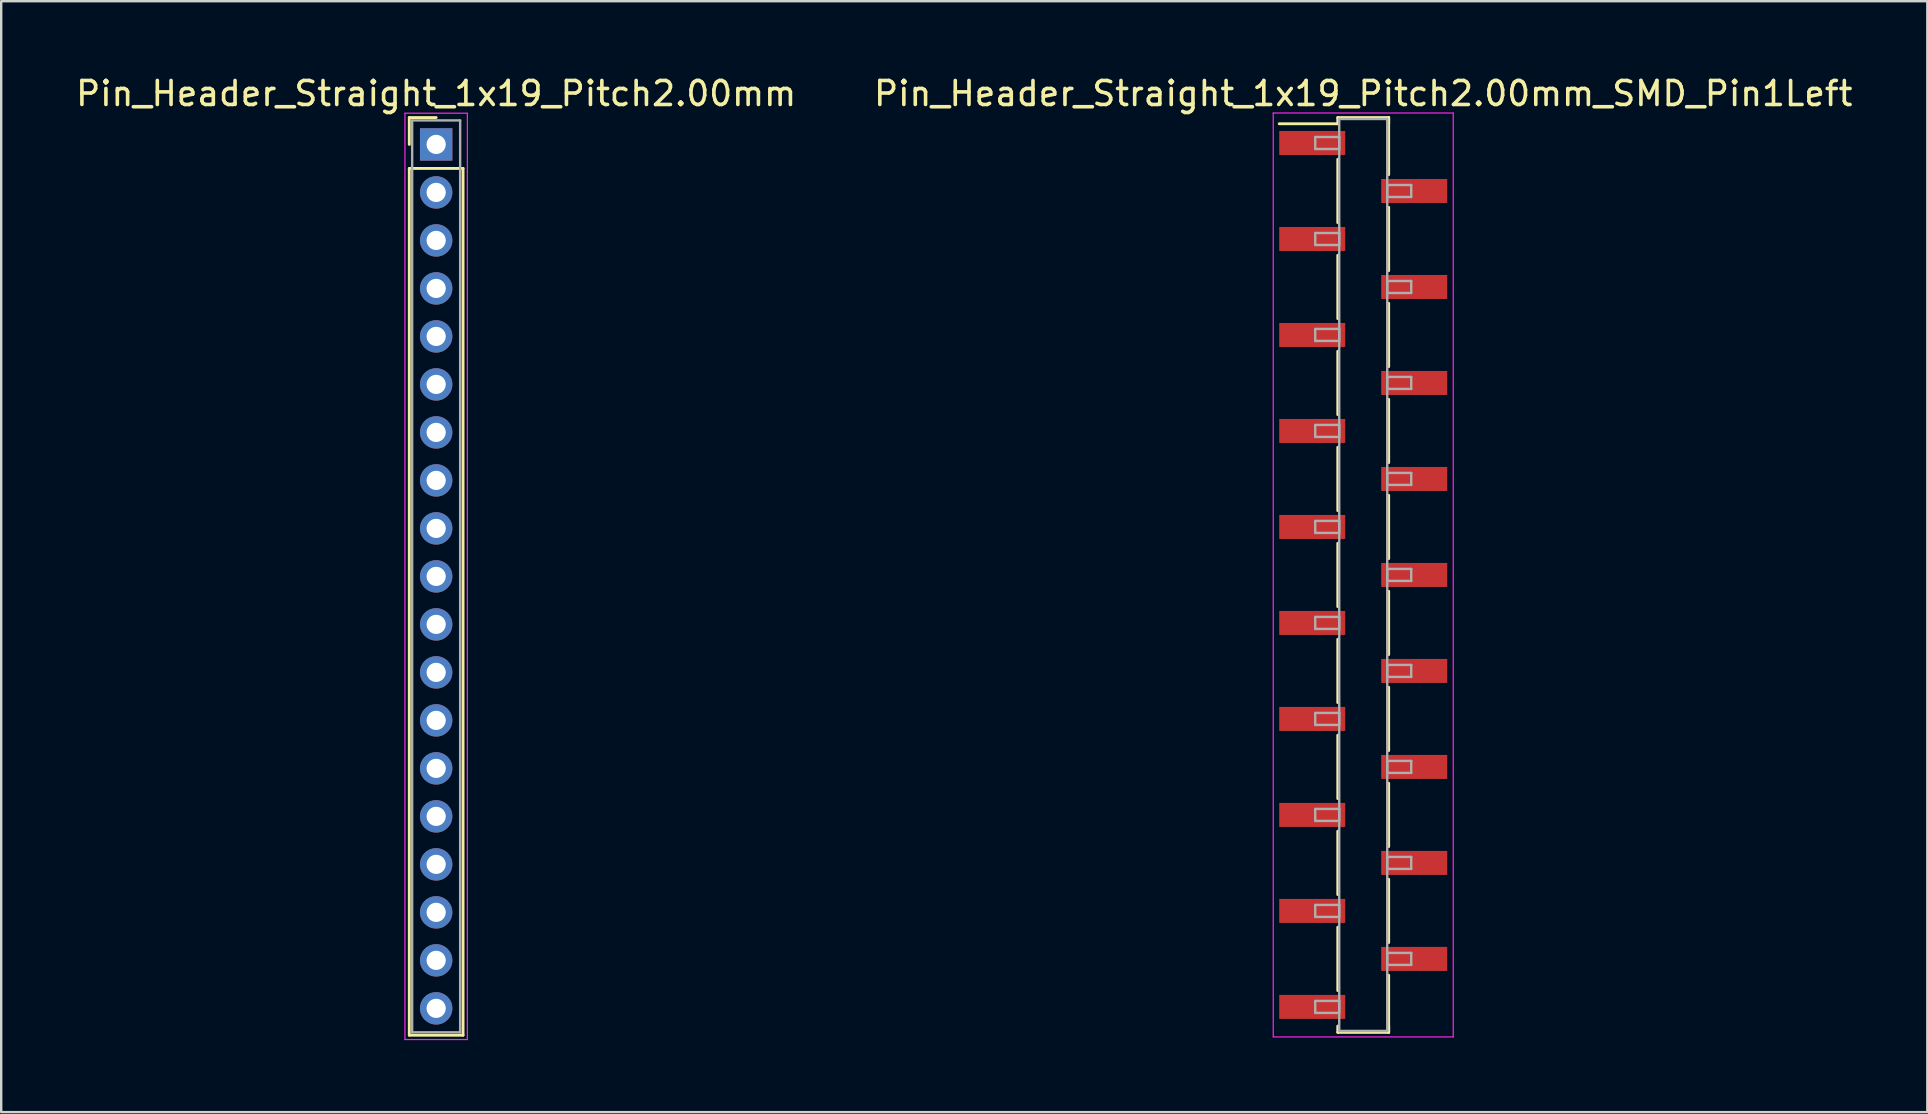
<source format=kicad_pcb>
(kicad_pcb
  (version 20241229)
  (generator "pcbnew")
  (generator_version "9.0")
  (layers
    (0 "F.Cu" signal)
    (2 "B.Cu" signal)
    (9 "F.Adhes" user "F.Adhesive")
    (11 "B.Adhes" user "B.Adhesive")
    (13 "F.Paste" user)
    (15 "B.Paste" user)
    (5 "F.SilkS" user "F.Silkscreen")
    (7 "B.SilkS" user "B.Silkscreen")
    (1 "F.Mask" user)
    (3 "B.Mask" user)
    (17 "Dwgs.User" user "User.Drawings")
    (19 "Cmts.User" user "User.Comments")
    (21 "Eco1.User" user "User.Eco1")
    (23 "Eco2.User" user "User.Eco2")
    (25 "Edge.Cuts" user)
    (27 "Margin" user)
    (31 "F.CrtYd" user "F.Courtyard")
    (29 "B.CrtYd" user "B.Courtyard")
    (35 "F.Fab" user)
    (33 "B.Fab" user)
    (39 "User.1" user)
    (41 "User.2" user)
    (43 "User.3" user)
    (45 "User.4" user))
  (footprint "Pin_Header_Straight_1x19_Pitch2.00mm_SMD_Pin1Left"
    (layer "F.Cu")
    (at 53.756 20.908)
    (property "Reference" "Pin_Header_Straight_1x19_Pitch2.00mm_SMD_Pin1Left" (at 0 -20.06 0) (layer "F.SilkS") (effects (font (size 1 1) (thickness 0.15))))
    (attr smd)
    (fp_line (start -1.06 -19.06) (end 1.06 -19.06) (stroke (width 0.12) (type solid)) (layer "F.SilkS"))
    (fp_line (start -1.06 -18.8) (end -3.5 -18.8) (stroke (width 0.12) (type solid)) (layer "F.SilkS"))
    (fp_line (start -1.06 -18.8) (end -1.06 -19.06) (stroke (width 0.12) (type solid)) (layer "F.SilkS"))
    (fp_line (start -1.06 -17.32) (end -1.06 -14.68) (stroke (width 0.12) (type solid)) (layer "F.SilkS"))
    (fp_line (start -1.06 -13.32) (end -1.06 -10.68) (stroke (width 0.12) (type solid)) (layer "F.SilkS"))
    (fp_line (start -1.06 -9.32) (end -1.06 -6.68) (stroke (width 0.12) (type solid)) (layer "F.SilkS"))
    (fp_line (start -1.06 -5.32) (end -1.06 -2.68) (stroke (width 0.12) (type solid)) (layer "F.SilkS"))
    (fp_line (start -1.06 -1.32) (end -1.06 1.32) (stroke (width 0.12) (type solid)) (layer "F.SilkS"))
    (fp_line (start -1.06 2.68) (end -1.06 5.32) (stroke (width 0.12) (type solid)) (layer "F.SilkS"))
    (fp_line (start -1.06 6.68) (end -1.06 9.32) (stroke (width 0.12) (type solid)) (layer "F.SilkS"))
    (fp_line (start -1.06 10.68) (end -1.06 13.32) (stroke (width 0.12) (type solid)) (layer "F.SilkS"))
    (fp_line (start -1.06 14.68) (end -1.06 17.32) (stroke (width 0.12) (type solid)) (layer "F.SilkS"))
    (fp_line (start -1.06 18.8) (end -1.06 19.06) (stroke (width 0.12) (type solid)) (layer "F.SilkS"))
    (fp_line (start -1.06 19.06) (end 1.06 19.06) (stroke (width 0.12) (type solid)) (layer "F.SilkS"))
    (fp_line (start 1.06 -19.06) (end 1.06 -18.8) (stroke (width 0.12) (type solid)) (layer "F.SilkS"))
    (fp_line (start 1.06 -19.06) (end 1.06 -16.68) (stroke (width 0.12) (type solid)) (layer "F.SilkS"))
    (fp_line (start 1.06 -15.32) (end 1.06 -12.68) (stroke (width 0.12) (type solid)) (layer "F.SilkS"))
    (fp_line (start 1.06 -11.32) (end 1.06 -8.68) (stroke (width 0.12) (type solid)) (layer "F.SilkS"))
    (fp_line (start 1.06 -7.32) (end 1.06 -4.68) (stroke (width 0.12) (type solid)) (layer "F.SilkS"))
    (fp_line (start 1.06 -3.32) (end 1.06 -0.68) (stroke (width 0.12) (type solid)) (layer "F.SilkS"))
    (fp_line (start 1.06 0.68) (end 1.06 3.32) (stroke (width 0.12) (type solid)) (layer "F.SilkS"))
    (fp_line (start 1.06 4.68) (end 1.06 7.32) (stroke (width 0.12) (type solid)) (layer "F.SilkS"))
    (fp_line (start 1.06 8.68) (end 1.06 11.32) (stroke (width 0.12) (type solid)) (layer "F.SilkS"))
    (fp_line (start 1.06 12.68) (end 1.06 15.32) (stroke (width 0.12) (type solid)) (layer "F.SilkS"))
    (fp_line (start 1.06 16.68) (end 1.06 19.06) (stroke (width 0.12) (type solid)) (layer "F.SilkS"))
    (fp_line (start 1.06 19.06) (end 1.06 18.8) (stroke (width 0.12) (type solid)) (layer "F.SilkS"))
    (fp_line (start -3.75 -19.25) (end -3.75 19.25) (stroke (width 0.05) (type solid)) (layer "F.CrtYd"))
    (fp_line (start -3.75 19.25) (end 3.75 19.25) (stroke (width 0.05) (type solid)) (layer "F.CrtYd"))
    (fp_line (start 3.75 -19.25) (end -3.75 -19.25) (stroke (width 0.05) (type solid)) (layer "F.CrtYd"))
    (fp_line (start 3.75 19.25) (end 3.75 -19.25) (stroke (width 0.05) (type solid)) (layer "F.CrtYd"))
    (fp_line (start -2 -18.25) (end -1 -18.25) (stroke (width 0.1) (type solid)) (layer "F.Fab"))
    (fp_line (start -2 -17.75) (end -2 -18.25) (stroke (width 0.1) (type solid)) (layer "F.Fab"))
    (fp_line (start -2 -14.25) (end -1 -14.25) (stroke (width 0.1) (type solid)) (layer "F.Fab"))
    (fp_line (start -2 -13.75) (end -2 -14.25) (stroke (width 0.1) (type solid)) (layer "F.Fab"))
    (fp_line (start -2 -10.25) (end -1 -10.25) (stroke (width 0.1) (type solid)) (layer "F.Fab"))
    (fp_line (start -2 -9.75) (end -2 -10.25) (stroke (width 0.1) (type solid)) (layer "F.Fab"))
    (fp_line (start -2 -6.25) (end -1 -6.25) (stroke (width 0.1) (type solid)) (layer "F.Fab"))
    (fp_line (start -2 -5.75) (end -2 -6.25) (stroke (width 0.1) (type solid)) (layer "F.Fab"))
    (fp_line (start -2 -2.25) (end -1 -2.25) (stroke (width 0.1) (type solid)) (layer "F.Fab"))
    (fp_line (start -2 -1.75) (end -2 -2.25) (stroke (width 0.1) (type solid)) (layer "F.Fab"))
    (fp_line (start -2 1.75) (end -1 1.75) (stroke (width 0.1) (type solid)) (layer "F.Fab"))
    (fp_line (start -2 2.25) (end -2 1.75) (stroke (width 0.1) (type solid)) (layer "F.Fab"))
    (fp_line (start -2 5.75) (end -1 5.75) (stroke (width 0.1) (type solid)) (layer "F.Fab"))
    (fp_line (start -2 6.25) (end -2 5.75) (stroke (width 0.1) (type solid)) (layer "F.Fab"))
    (fp_line (start -2 9.75) (end -1 9.75) (stroke (width 0.1) (type solid)) (layer "F.Fab"))
    (fp_line (start -2 10.25) (end -2 9.75) (stroke (width 0.1) (type solid)) (layer "F.Fab"))
    (fp_line (start -2 13.75) (end -1 13.75) (stroke (width 0.1) (type solid)) (layer "F.Fab"))
    (fp_line (start -2 14.25) (end -2 13.75) (stroke (width 0.1) (type solid)) (layer "F.Fab"))
    (fp_line (start -2 17.75) (end -1 17.75) (stroke (width 0.1) (type solid)) (layer "F.Fab"))
    (fp_line (start -2 18.25) (end -2 17.75) (stroke (width 0.1) (type solid)) (layer "F.Fab"))
    (fp_line (start -1 -19) (end -1 19) (stroke (width 0.1) (type solid)) (layer "F.Fab"))
    (fp_line (start -1 -18.25) (end -1 -17.75) (stroke (width 0.1) (type solid)) (layer "F.Fab"))
    (fp_line (start -1 -17.75) (end -2 -17.75) (stroke (width 0.1) (type solid)) (layer "F.Fab"))
    (fp_line (start -1 -14.25) (end -1 -13.75) (stroke (width 0.1) (type solid)) (layer "F.Fab"))
    (fp_line (start -1 -13.75) (end -2 -13.75) (stroke (width 0.1) (type solid)) (layer "F.Fab"))
    (fp_line (start -1 -10.25) (end -1 -9.75) (stroke (width 0.1) (type solid)) (layer "F.Fab"))
    (fp_line (start -1 -9.75) (end -2 -9.75) (stroke (width 0.1) (type solid)) (layer "F.Fab"))
    (fp_line (start -1 -6.25) (end -1 -5.75) (stroke (width 0.1) (type solid)) (layer "F.Fab"))
    (fp_line (start -1 -5.75) (end -2 -5.75) (stroke (width 0.1) (type solid)) (layer "F.Fab"))
    (fp_line (start -1 -2.25) (end -1 -1.75) (stroke (width 0.1) (type solid)) (layer "F.Fab"))
    (fp_line (start -1 -1.75) (end -2 -1.75) (stroke (width 0.1) (type solid)) (layer "F.Fab"))
    (fp_line (start -1 1.75) (end -1 2.25) (stroke (width 0.1) (type solid)) (layer "F.Fab"))
    (fp_line (start -1 2.25) (end -2 2.25) (stroke (width 0.1) (type solid)) (layer "F.Fab"))
    (fp_line (start -1 5.75) (end -1 6.25) (stroke (width 0.1) (type solid)) (layer "F.Fab"))
    (fp_line (start -1 6.25) (end -2 6.25) (stroke (width 0.1) (type solid)) (layer "F.Fab"))
    (fp_line (start -1 9.75) (end -1 10.25) (stroke (width 0.1) (type solid)) (layer "F.Fab"))
    (fp_line (start -1 10.25) (end -2 10.25) (stroke (width 0.1) (type solid)) (layer "F.Fab"))
    (fp_line (start -1 13.75) (end -1 14.25) (stroke (width 0.1) (type solid)) (layer "F.Fab"))
    (fp_line (start -1 14.25) (end -2 14.25) (stroke (width 0.1) (type solid)) (layer "F.Fab"))
    (fp_line (start -1 17.75) (end -1 18.25) (stroke (width 0.1) (type solid)) (layer "F.Fab"))
    (fp_line (start -1 18.25) (end -2 18.25) (stroke (width 0.1) (type solid)) (layer "F.Fab"))
    (fp_line (start -1 19) (end 1 19) (stroke (width 0.1) (type solid)) (layer "F.Fab"))
    (fp_line (start 1 -19) (end -1 -19) (stroke (width 0.1) (type solid)) (layer "F.Fab"))
    (fp_line (start 1 -16.25) (end 1 -15.75) (stroke (width 0.1) (type solid)) (layer "F.Fab"))
    (fp_line (start 1 -15.75) (end 2 -15.75) (stroke (width 0.1) (type solid)) (layer "F.Fab"))
    (fp_line (start 1 -12.25) (end 1 -11.75) (stroke (width 0.1) (type solid)) (layer "F.Fab"))
    (fp_line (start 1 -11.75) (end 2 -11.75) (stroke (width 0.1) (type solid)) (layer "F.Fab"))
    (fp_line (start 1 -8.25) (end 1 -7.75) (stroke (width 0.1) (type solid)) (layer "F.Fab"))
    (fp_line (start 1 -7.75) (end 2 -7.75) (stroke (width 0.1) (type solid)) (layer "F.Fab"))
    (fp_line (start 1 -4.25) (end 1 -3.75) (stroke (width 0.1) (type solid)) (layer "F.Fab"))
    (fp_line (start 1 -3.75) (end 2 -3.75) (stroke (width 0.1) (type solid)) (layer "F.Fab"))
    (fp_line (start 1 -0.25) (end 1 0.25) (stroke (width 0.1) (type solid)) (layer "F.Fab"))
    (fp_line (start 1 0.25) (end 2 0.25) (stroke (width 0.1) (type solid)) (layer "F.Fab"))
    (fp_line (start 1 3.75) (end 1 4.25) (stroke (width 0.1) (type solid)) (layer "F.Fab"))
    (fp_line (start 1 4.25) (end 2 4.25) (stroke (width 0.1) (type solid)) (layer "F.Fab"))
    (fp_line (start 1 7.75) (end 1 8.25) (stroke (width 0.1) (type solid)) (layer "F.Fab"))
    (fp_line (start 1 8.25) (end 2 8.25) (stroke (width 0.1) (type solid)) (layer "F.Fab"))
    (fp_line (start 1 11.75) (end 1 12.25) (stroke (width 0.1) (type solid)) (layer "F.Fab"))
    (fp_line (start 1 12.25) (end 2 12.25) (stroke (width 0.1) (type solid)) (layer "F.Fab"))
    (fp_line (start 1 15.75) (end 1 16.25) (stroke (width 0.1) (type solid)) (layer "F.Fab"))
    (fp_line (start 1 16.25) (end 2 16.25) (stroke (width 0.1) (type solid)) (layer "F.Fab"))
    (fp_line (start 1 19) (end 1 -19) (stroke (width 0.1) (type solid)) (layer "F.Fab"))
    (fp_line (start 2 -16.25) (end 1 -16.25) (stroke (width 0.1) (type solid)) (layer "F.Fab"))
    (fp_line (start 2 -15.75) (end 2 -16.25) (stroke (width 0.1) (type solid)) (layer "F.Fab"))
    (fp_line (start 2 -12.25) (end 1 -12.25) (stroke (width 0.1) (type solid)) (layer "F.Fab"))
    (fp_line (start 2 -11.75) (end 2 -12.25) (stroke (width 0.1) (type solid)) (layer "F.Fab"))
    (fp_line (start 2 -8.25) (end 1 -8.25) (stroke (width 0.1) (type solid)) (layer "F.Fab"))
    (fp_line (start 2 -7.75) (end 2 -8.25) (stroke (width 0.1) (type solid)) (layer "F.Fab"))
    (fp_line (start 2 -4.25) (end 1 -4.25) (stroke (width 0.1) (type solid)) (layer "F.Fab"))
    (fp_line (start 2 -3.75) (end 2 -4.25) (stroke (width 0.1) (type solid)) (layer "F.Fab"))
    (fp_line (start 2 -0.25) (end 1 -0.25) (stroke (width 0.1) (type solid)) (layer "F.Fab"))
    (fp_line (start 2 0.25) (end 2 -0.25) (stroke (width 0.1) (type solid)) (layer "F.Fab"))
    (fp_line (start 2 3.75) (end 1 3.75) (stroke (width 0.1) (type solid)) (layer "F.Fab"))
    (fp_line (start 2 4.25) (end 2 3.75) (stroke (width 0.1) (type solid)) (layer "F.Fab"))
    (fp_line (start 2 7.75) (end 1 7.75) (stroke (width 0.1) (type solid)) (layer "F.Fab"))
    (fp_line (start 2 8.25) (end 2 7.75) (stroke (width 0.1) (type solid)) (layer "F.Fab"))
    (fp_line (start 2 11.75) (end 1 11.75) (stroke (width 0.1) (type solid)) (layer "F.Fab"))
    (fp_line (start 2 12.25) (end 2 11.75) (stroke (width 0.1) (type solid)) (layer "F.Fab"))
    (fp_line (start 2 15.75) (end 1 15.75) (stroke (width 0.1) (type solid)) (layer "F.Fab"))
    (fp_line (start 2 16.25) (end 2 15.75) (stroke (width 0.1) (type solid)) (layer "F.Fab"))
    (pad "1" smd rect (at -2.125 -18) (size 2.75 1) (layers "F.Cu" "F.Mask"))
    (pad "2" smd rect (at 2.125 -16) (size 2.75 1) (layers "F.Cu" "F.Mask"))
    (pad "3" smd rect (at -2.125 -14) (size 2.75 1) (layers "F.Cu" "F.Mask"))
    (pad "4" smd rect (at 2.125 -12) (size 2.75 1) (layers "F.Cu" "F.Mask"))
    (pad "5" smd rect (at -2.125 -10) (size 2.75 1) (layers "F.Cu" "F.Mask"))
    (pad "6" smd rect (at 2.125 -8) (size 2.75 1) (layers "F.Cu" "F.Mask"))
    (pad "7" smd rect (at -2.125 -6) (size 2.75 1) (layers "F.Cu" "F.Mask"))
    (pad "8" smd rect (at 2.125 -4) (size 2.75 1) (layers "F.Cu" "F.Mask"))
    (pad "9" smd rect (at -2.125 -2) (size 2.75 1) (layers "F.Cu" "F.Mask"))
    (pad "10" smd rect (at 2.125 0) (size 2.75 1) (layers "F.Cu" "F.Mask"))
    (pad "11" smd rect (at -2.125 2) (size 2.75 1) (layers "F.Cu" "F.Mask"))
    (pad "12" smd rect (at 2.125 4) (size 2.75 1) (layers "F.Cu" "F.Mask"))
    (pad "13" smd rect (at -2.125 6) (size 2.75 1) (layers "F.Cu" "F.Mask"))
    (pad "14" smd rect (at 2.125 8) (size 2.75 1) (layers "F.Cu" "F.Mask"))
    (pad "15" smd rect (at -2.125 10) (size 2.75 1) (layers "F.Cu" "F.Mask"))
    (pad "16" smd rect (at 2.125 12) (size 2.75 1) (layers "F.Cu" "F.Mask"))
    (pad "17" smd rect (at -2.125 14) (size 2.75 1) (layers "F.Cu" "F.Mask"))
    (pad "18" smd rect (at 2.125 16) (size 2.75 1) (layers "F.Cu" "F.Mask"))
    (pad "19" smd rect (at -2.125 18) (size 2.75 1) (layers "F.Cu" "F.Mask")))
  (footprint "Pin_Header_Straight_1x19_Pitch2.00mm"
    (layer "F.Cu")
    (at 15.125 2.968)
    (property "Reference" "Pin_Header_Straight_1x19_Pitch2.00mm" (at 0 -2.12 0) (layer "F.SilkS") (effects (font (size 1 1) (thickness 0.15))))
    (attr through_hole)
    (fp_line (start -1.12 -1.12) (end 0 -1.12) (stroke (width 0.12) (type solid)) (layer "F.SilkS"))
    (fp_line (start -1.12 0) (end -1.12 -1.12) (stroke (width 0.12) (type solid)) (layer "F.SilkS"))
    (fp_line (start -1.12 1) (end -1.12 37.12) (stroke (width 0.12) (type solid)) (layer "F.SilkS"))
    (fp_line (start -1.12 37.12) (end 1.12 37.12) (stroke (width 0.12) (type solid)) (layer "F.SilkS"))
    (fp_line (start 1.12 1) (end -1.12 1) (stroke (width 0.12) (type solid)) (layer "F.SilkS"))
    (fp_line (start 1.12 37.12) (end 1.12 1) (stroke (width 0.12) (type solid)) (layer "F.SilkS"))
    (fp_line (start -1.3 -1.3) (end -1.3 37.3) (stroke (width 0.05) (type solid)) (layer "F.CrtYd"))
    (fp_line (start -1.3 37.3) (end 1.3 37.3) (stroke (width 0.05) (type solid)) (layer "F.CrtYd"))
    (fp_line (start 1.3 -1.3) (end -1.3 -1.3) (stroke (width 0.05) (type solid)) (layer "F.CrtYd"))
    (fp_line (start 1.3 37.3) (end 1.3 -1.3) (stroke (width 0.05) (type solid)) (layer "F.CrtYd"))
    (fp_line (start -1 -1) (end -1 37) (stroke (width 0.1) (type solid)) (layer "F.Fab"))
    (fp_line (start -1 37) (end 1 37) (stroke (width 0.1) (type solid)) (layer "F.Fab"))
    (fp_line (start 1 -1) (end -1 -1) (stroke (width 0.1) (type solid)) (layer "F.Fab"))
    (fp_line (start 1 37) (end 1 -1) (stroke (width 0.1) (type solid)) (layer "F.Fab"))
    (pad "1" thru_hole rect (at 0 0) (size 1.35 1.35) (drill 0.8) (layers "*.Cu" "*.Mask"))
    (pad "2" thru_hole oval (at 0 2) (size 1.35 1.35) (drill 0.8) (layers "*.Cu" "*.Mask"))
    (pad "3" thru_hole oval (at 0 4) (size 1.35 1.35) (drill 0.8) (layers "*.Cu" "*.Mask"))
    (pad "4" thru_hole oval (at 0 6) (size 1.35 1.35) (drill 0.8) (layers "*.Cu" "*.Mask"))
    (pad "5" thru_hole oval (at 0 8) (size 1.35 1.35) (drill 0.8) (layers "*.Cu" "*.Mask"))
    (pad "6" thru_hole oval (at 0 10) (size 1.35 1.35) (drill 0.8) (layers "*.Cu" "*.Mask"))
    (pad "7" thru_hole oval (at 0 12) (size 1.35 1.35) (drill 0.8) (layers "*.Cu" "*.Mask"))
    (pad "8" thru_hole oval (at 0 14) (size 1.35 1.35) (drill 0.8) (layers "*.Cu" "*.Mask"))
    (pad "9" thru_hole oval (at 0 16) (size 1.35 1.35) (drill 0.8) (layers "*.Cu" "*.Mask"))
    (pad "10" thru_hole oval (at 0 18) (size 1.35 1.35) (drill 0.8) (layers "*.Cu" "*.Mask"))
    (pad "11" thru_hole oval (at 0 20) (size 1.35 1.35) (drill 0.8) (layers "*.Cu" "*.Mask"))
    (pad "12" thru_hole oval (at 0 22) (size 1.35 1.35) (drill 0.8) (layers "*.Cu" "*.Mask"))
    (pad "13" thru_hole oval (at 0 24) (size 1.35 1.35) (drill 0.8) (layers "*.Cu" "*.Mask"))
    (pad "14" thru_hole oval (at 0 26) (size 1.35 1.35) (drill 0.8) (layers "*.Cu" "*.Mask"))
    (pad "15" thru_hole oval (at 0 28) (size 1.35 1.35) (drill 0.8) (layers "*.Cu" "*.Mask"))
    (pad "16" thru_hole oval (at 0 30) (size 1.35 1.35) (drill 0.8) (layers "*.Cu" "*.Mask"))
    (pad "17" thru_hole oval (at 0 32) (size 1.35 1.35) (drill 0.8) (layers "*.Cu" "*.Mask"))
    (pad "18" thru_hole oval (at 0 34) (size 1.35 1.35) (drill 0.8) (layers "*.Cu" "*.Mask"))
    (pad "19" thru_hole oval (at 0 36) (size 1.35 1.35) (drill 0.8) (layers "*.Cu" "*.Mask")))
  (gr_rect
    (start -3 -3)
    (end 77.262 43.293)
    (stroke (width 0.1) (type default))
    (fill no)
    (layer "Edge.Cuts")))
</source>
